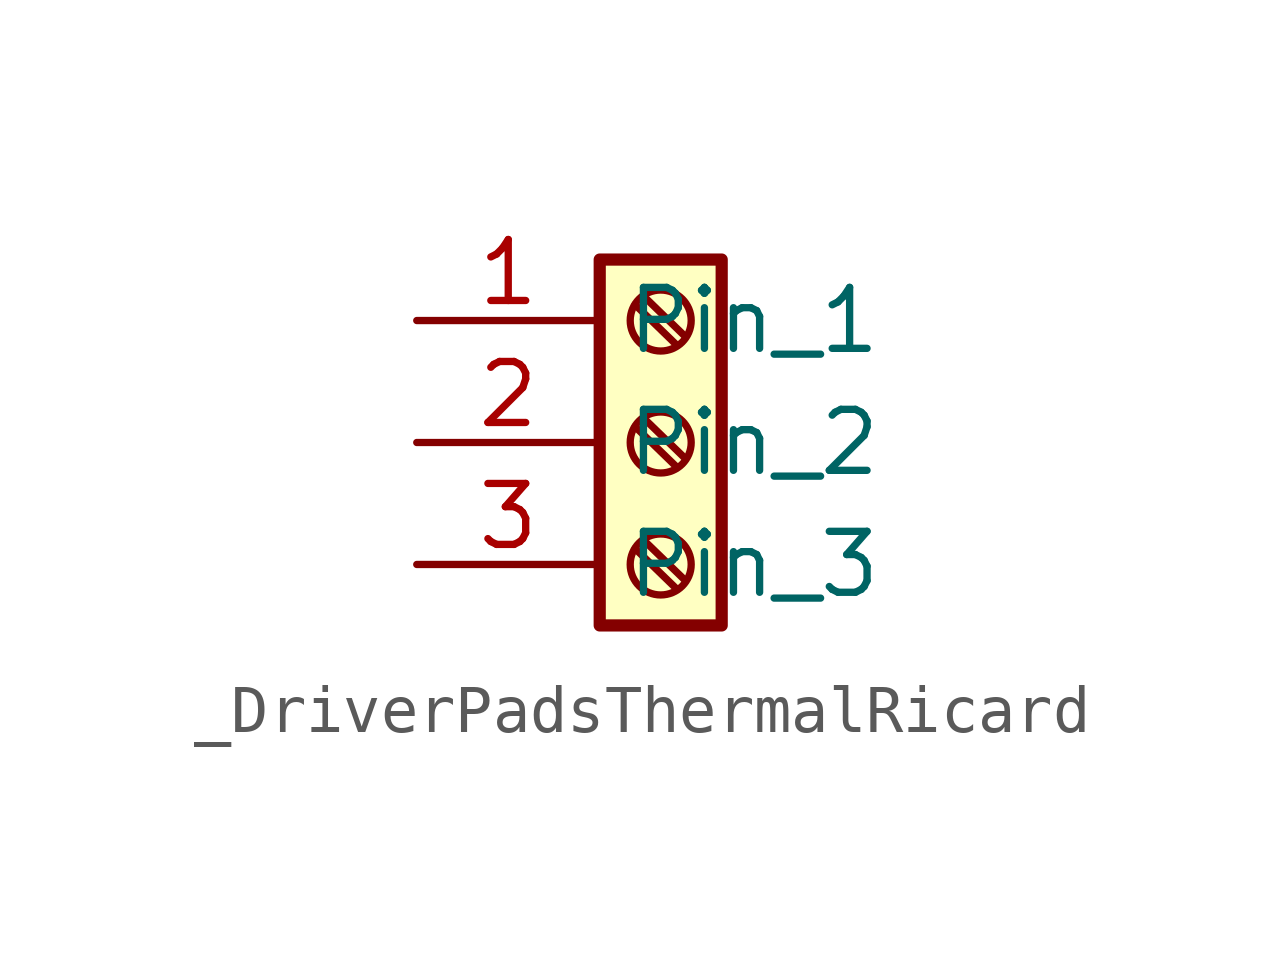
<source format=kicad_sym>
(kicad_symbol_lib
  (version 20241209)
  (generator "kicad_symbol_editor")
  (generator_version "9.0")
  (symbol "_DriverPadsThermalRicard"
    (property "Reference" "U"
      (at 0 0 0)
      (effects (font (size 1.27 1.27)) (hide yes)))
    (property "Value" ""
      (at 0 0 0)
      (effects (font (size 1.27 1.27))))
    (symbol "_DriverPadsThermalRicard_1_1"
      (rectangle (start 2.54 3.81) (end 5.08 -3.81) (stroke (width 0.254) (type default)) (fill (type background)))
      (polyline (pts (xy 3.277 2.87) (xy 4.14 2.032)) (stroke (width 0.152) (type default)) (fill (type none)))
      (polyline (pts (xy 3.277 0.33) (xy 4.14 -0.508)) (stroke (width 0.152) (type default)) (fill (type none)))
      (polyline (pts (xy 3.277 -2.21) (xy 4.14 -3.048)) (stroke (width 0.152) (type default)) (fill (type none)))
      (polyline (pts (xy 3.454 3.048) (xy 4.318 2.21)) (stroke (width 0.152) (type default)) (fill (type none)))
      (polyline (pts (xy 3.454 0.508) (xy 4.318 -0.33)) (stroke (width 0.152) (type default)) (fill (type none)))
      (polyline (pts (xy 3.454 -2.032) (xy 4.318 -2.87)) (stroke (width 0.152) (type default)) (fill (type none)))
      (circle (center 3.81 2.54) (radius 0.635) (stroke (width 0.152) (type default)) (fill (type none)))
      (circle (center 3.81 0) (radius 0.635) (stroke (width 0.152) (type default)) (fill (type none)))
      (circle (center 3.81 -2.54) (radius 0.635) (stroke (width 0.152) (type default)) (fill (type none)))
      (pin passive line (at -1.27 2.54 0) (length 3.81) (name "Pin_1" (effects (font (size 1.27 1.27)))) (number "1" (effects (font (size 1.27 1.27)))))
      (pin passive line (at -1.27 0 0) (length 3.81) (name "Pin_2" (effects (font (size 1.27 1.27)))) (number "2" (effects (font (size 1.27 1.27)))))
      (pin passive line (at -1.27 -2.54 0) (length 3.81) (name "Pin_3" (effects (font (size 1.27 1.27)))) (number "3" (effects (font (size 1.27 1.27))))))))
</source>
